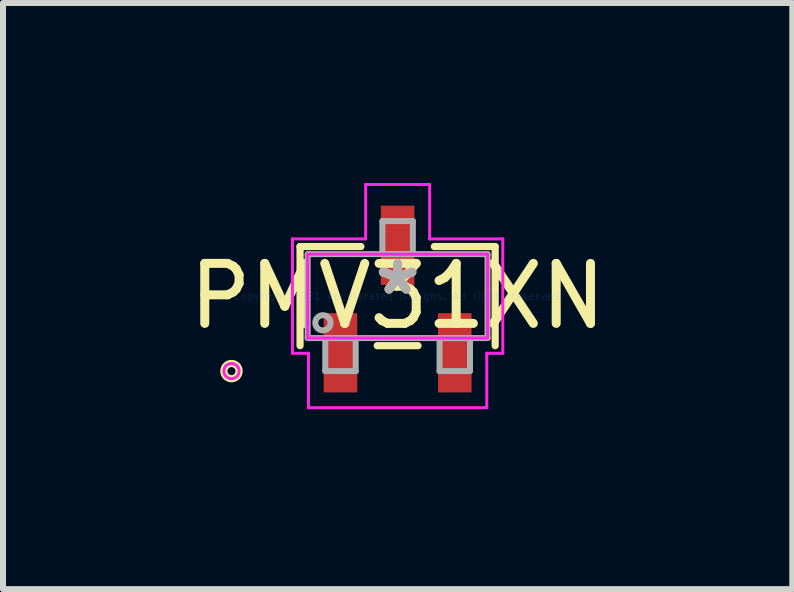
<source format=kicad_pcb>
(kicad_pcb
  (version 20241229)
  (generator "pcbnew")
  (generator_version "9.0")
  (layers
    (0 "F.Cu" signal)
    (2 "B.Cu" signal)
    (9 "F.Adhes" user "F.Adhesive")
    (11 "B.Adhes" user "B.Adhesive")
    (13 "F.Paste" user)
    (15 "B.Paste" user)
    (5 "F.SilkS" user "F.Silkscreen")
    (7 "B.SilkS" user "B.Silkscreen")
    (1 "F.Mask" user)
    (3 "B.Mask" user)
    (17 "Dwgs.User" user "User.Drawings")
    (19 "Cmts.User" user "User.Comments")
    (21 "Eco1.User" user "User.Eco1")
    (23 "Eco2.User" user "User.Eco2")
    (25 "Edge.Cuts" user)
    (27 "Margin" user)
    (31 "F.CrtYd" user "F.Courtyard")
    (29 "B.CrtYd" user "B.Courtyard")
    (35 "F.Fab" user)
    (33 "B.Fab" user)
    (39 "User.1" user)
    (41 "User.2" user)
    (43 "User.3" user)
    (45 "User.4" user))
  (footprint "PMV31XN"
    (layer "F.Cu")
    (at 3.577 1.885)
    (property "Reference" "PMV31XN" (at 0 0 0) (layer "F.SilkS") (effects (font (size 1 1) (thickness 0.15))))
    (attr through_hole)
    (fp_line (start -1.626 -0.826) (end -1.626 0.826) (stroke (width 0.12) (type solid)) (layer "F.SilkS"))
    (fp_line (start -0.612 -0.826) (end -1.626 -0.826) (stroke (width 0.12) (type solid)) (layer "F.SilkS"))
    (fp_line (start -0.34 0.826) (end 0.34 0.826) (stroke (width 0.12) (type solid)) (layer "F.SilkS"))
    (fp_line (start 1.626 -0.826) (end 0.612 -0.826) (stroke (width 0.12) (type solid)) (layer "F.SilkS"))
    (fp_line (start 1.626 0.826) (end 1.626 -0.826) (stroke (width 0.12) (type solid)) (layer "F.SilkS"))
    (fp_circle (center -2.769 1.25) (end -2.642 1.25) (stroke (width 0.12) (type solid)) (fill no) (layer "F.SilkS"))
    (fp_line (start -1.753 -0.953) (end -0.533 -0.953) (stroke (width 0.05) (type solid)) (layer "F.CrtYd"))
    (fp_line (start -1.753 0.953) (end -1.753 -0.953) (stroke (width 0.05) (type solid)) (layer "F.CrtYd"))
    (fp_line (start -1.499 -0.699) (end 1.499 -0.699) (stroke (width 0.05) (type solid)) (layer "F.CrtYd"))
    (fp_line (start -1.499 0.699) (end -1.499 -0.699) (stroke (width 0.05) (type solid)) (layer "F.CrtYd"))
    (fp_line (start -1.486 0.953) (end -1.753 0.953) (stroke (width 0.05) (type solid)) (layer "F.CrtYd"))
    (fp_line (start -1.486 1.86) (end -1.486 0.953) (stroke (width 0.05) (type solid)) (layer "F.CrtYd"))
    (fp_line (start -0.533 -1.86) (end 0.533 -1.86) (stroke (width 0.05) (type solid)) (layer "F.CrtYd"))
    (fp_line (start -0.533 -0.953) (end -0.533 -1.86) (stroke (width 0.05) (type solid)) (layer "F.CrtYd"))
    (fp_line (start 0.533 -1.86) (end 0.533 -0.953) (stroke (width 0.05) (type solid)) (layer "F.CrtYd"))
    (fp_line (start 0.533 -0.953) (end 1.753 -0.953) (stroke (width 0.05) (type solid)) (layer "F.CrtYd"))
    (fp_line (start 1.486 0.953) (end 1.486 1.86) (stroke (width 0.05) (type solid)) (layer "F.CrtYd"))
    (fp_line (start 1.486 1.86) (end -1.486 1.86) (stroke (width 0.05) (type solid)) (layer "F.CrtYd"))
    (fp_line (start 1.499 -0.699) (end 1.499 0.699) (stroke (width 0.05) (type solid)) (layer "F.CrtYd"))
    (fp_line (start 1.499 0.699) (end -1.499 0.699) (stroke (width 0.05) (type solid)) (layer "F.CrtYd"))
    (fp_line (start 1.753 -0.953) (end 1.753 0.953) (stroke (width 0.05) (type solid)) (layer "F.CrtYd"))
    (fp_line (start 1.753 0.953) (end 1.486 0.953) (stroke (width 0.05) (type solid)) (layer "F.CrtYd"))
    (fp_circle (center -2.769 1.25) (end -2.642 1.25) (stroke (width 0.05) (type solid)) (fill no) (layer "F.CrtYd"))
    (fp_line (start -1.499 -0.699) (end -1.499 0.699) (stroke (width 0.1) (type solid)) (layer "F.Fab"))
    (fp_line (start -1.499 0.699) (end 1.499 0.699) (stroke (width 0.1) (type solid)) (layer "F.Fab"))
    (fp_line (start -1.206 0.699) (end -1.206 1.25) (stroke (width 0.1) (type solid)) (layer "F.Fab"))
    (fp_line (start -1.206 1.25) (end -0.699 1.25) (stroke (width 0.1) (type solid)) (layer "F.Fab"))
    (fp_line (start -0.699 0.699) (end -1.206 0.699) (stroke (width 0.1) (type solid)) (layer "F.Fab"))
    (fp_line (start -0.699 1.25) (end -0.699 0.699) (stroke (width 0.1) (type solid)) (layer "F.Fab"))
    (fp_line (start -0.254 -1.25) (end -0.254 -0.699) (stroke (width 0.1) (type solid)) (layer "F.Fab"))
    (fp_line (start -0.254 -0.699) (end 0.254 -0.699) (stroke (width 0.1) (type solid)) (layer "F.Fab"))
    (fp_line (start 0.254 -1.25) (end -0.254 -1.25) (stroke (width 0.1) (type solid)) (layer "F.Fab"))
    (fp_line (start 0.254 -0.699) (end 0.254 -1.25) (stroke (width 0.1) (type solid)) (layer "F.Fab"))
    (fp_line (start 0.699 0.699) (end 0.699 1.25) (stroke (width 0.1) (type solid)) (layer "F.Fab"))
    (fp_line (start 0.699 1.25) (end 1.206 1.25) (stroke (width 0.1) (type solid)) (layer "F.Fab"))
    (fp_line (start 1.206 0.699) (end 0.699 0.699) (stroke (width 0.1) (type solid)) (layer "F.Fab"))
    (fp_line (start 1.206 1.25) (end 1.206 0.699) (stroke (width 0.1) (type solid)) (layer "F.Fab"))
    (fp_line (start 1.499 -0.699) (end -1.499 -0.699) (stroke (width 0.1) (type solid)) (layer "F.Fab"))
    (fp_line (start 1.499 0.699) (end 1.499 -0.699) (stroke (width 0.1) (type solid)) (layer "F.Fab"))
    (fp_circle (center -1.245 0.445) (end -1.118 0.445) (stroke (width 0.1) (type solid)) (fill no) (layer "F.Fab"))
    (fp_text user "*" (at 0 0 0) (layer "F.SilkS") (effects (font (size 1 1) (thickness 0.15))))
    (fp_text user "Copyright 2021 Accelerated Designs. All rights reserved." (at 0 0 0) (layer "Cmts.User") (effects (font (size 0.127 0.127) (thickness 0.002))))
    (fp_text user "*" (at 0 0 0) (layer "F.Fab") (effects (font (size 1 1) (thickness 0.15))))
    (pad "1" smd rect (at -0.953 0.945) (size 0.559 1.321) (layers "F.Cu" "F.Mask" "F.Paste"))
    (pad "2" smd rect (at 0.953 0.945) (size 0.559 1.321) (layers "F.Cu" "F.Mask" "F.Paste"))
    (pad "3" smd rect (at 0 -0.847) (size 0.559 1.321) (layers "F.Cu" "F.Mask" "F.Paste")))
  (gr_rect
    (start -3 -3)
    (end 10.155 6.769)
    (stroke (width 0.1) (type default))
    (fill no)
    (layer "Edge.Cuts")))
</source>
